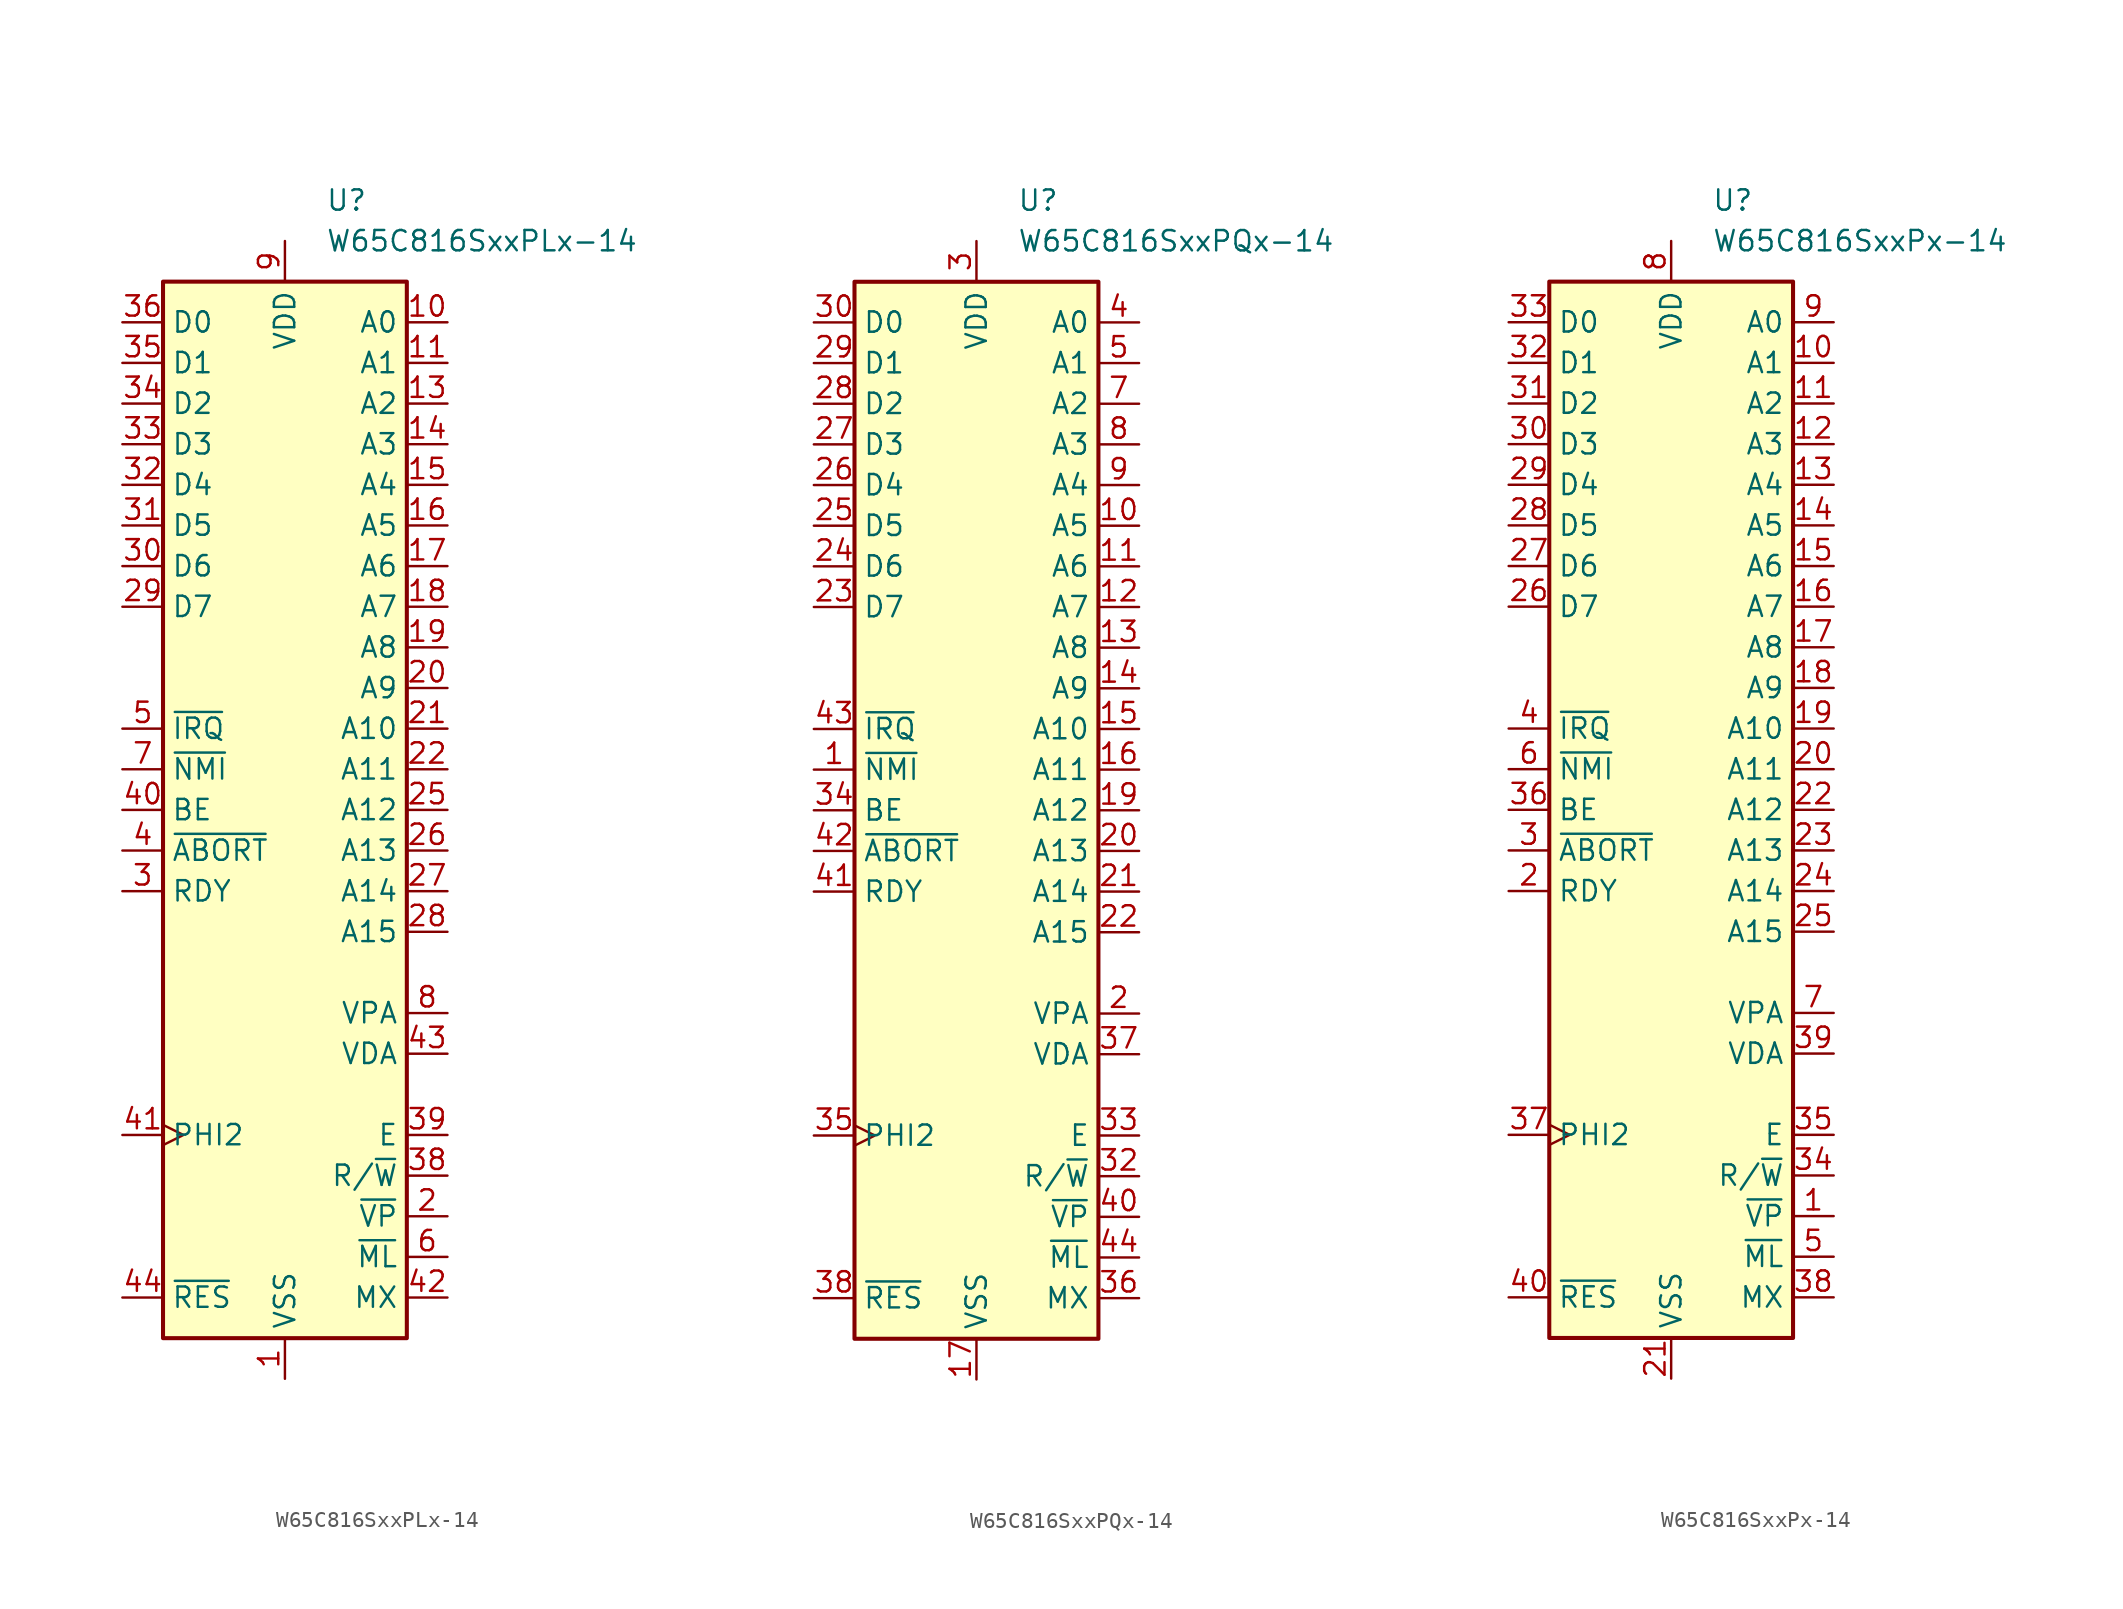
<source format=kicad_sym>
(kicad_symbol_lib
  (version 20211014)
  (generator kicad_symbol_editor)
  (symbol "W65C816SxxPLx-14"
    (property "Reference" "U"
      (at 2.54 38.1 0)
      (effects (font (size 1.27 1.27)) (justify left)))
    (property "Value" "W65C816SxxPLx-14"
      (at 2.54 35.56 0)
      (effects (font (size 1.27 1.27)) (justify left)))
    (symbol "W65C816SxxPLx-14_0_1"
      (rectangle (start -7.62 33.02) (end 7.62 -33.02) (stroke (width 0.254) (type default) (color 0 0 0 0)) (fill (type background))))
    (symbol "W65C816SxxPLx-14_1_1"
      (pin power_in line (at 0 -35.56 90) (length 2.54) (name "VSS" (effects (font (size 1.27 1.27)))) (number "1" (effects (font (size 1.27 1.27)))))
      (pin output line (at 10.16 30.48 180) (length 2.54) (name "A0" (effects (font (size 1.27 1.27)))) (number "10" (effects (font (size 1.27 1.27)))))
      (pin output line (at 10.16 27.94 180) (length 2.54) (name "A1" (effects (font (size 1.27 1.27)))) (number "11" (effects (font (size 1.27 1.27)))))
      (pin no_connect non_logic (at -10.16 10.16 0) (length 2.54) hide (name "NC" (effects (font (size 1.27 1.27)))) (number "12" (effects (font (size 1.27 1.27)))))
      (pin output line (at 10.16 25.4 180) (length 2.54) (name "A2" (effects (font (size 1.27 1.27)))) (number "13" (effects (font (size 1.27 1.27)))))
      (pin output line (at 10.16 22.86 180) (length 2.54) (name "A3" (effects (font (size 1.27 1.27)))) (number "14" (effects (font (size 1.27 1.27)))))
      (pin output line (at 10.16 20.32 180) (length 2.54) (name "A4" (effects (font (size 1.27 1.27)))) (number "15" (effects (font (size 1.27 1.27)))))
      (pin output line (at 10.16 17.78 180) (length 2.54) (name "A5" (effects (font (size 1.27 1.27)))) (number "16" (effects (font (size 1.27 1.27)))))
      (pin output line (at 10.16 15.24 180) (length 2.54) (name "A6" (effects (font (size 1.27 1.27)))) (number "17" (effects (font (size 1.27 1.27)))))
      (pin output line (at 10.16 12.7 180) (length 2.54) (name "A7" (effects (font (size 1.27 1.27)))) (number "18" (effects (font (size 1.27 1.27)))))
      (pin output line (at 10.16 10.16 180) (length 2.54) (name "A8" (effects (font (size 1.27 1.27)))) (number "19" (effects (font (size 1.27 1.27)))))
      (pin output line (at 10.16 -25.4 180) (length 2.54) (name "~{VP}" (effects (font (size 1.27 1.27)))) (number "2" (effects (font (size 1.27 1.27)))))
      (pin output line (at 10.16 7.62 180) (length 2.54) (name "A9" (effects (font (size 1.27 1.27)))) (number "20" (effects (font (size 1.27 1.27)))))
      (pin output line (at 10.16 5.08 180) (length 2.54) (name "A10" (effects (font (size 1.27 1.27)))) (number "21" (effects (font (size 1.27 1.27)))))
      (pin output line (at 10.16 2.54 180) (length 2.54) (name "A11" (effects (font (size 1.27 1.27)))) (number "22" (effects (font (size 1.27 1.27)))))
      (pin passive line (at 0 -35.56 90) (length 2.54) hide (name "VSS" (effects (font (size 1.27 1.27)))) (number "23" (effects (font (size 1.27 1.27)))))
      (pin passive line (at 0 -35.56 90) (length 2.54) hide (name "VSS" (effects (font (size 1.27 1.27)))) (number "24" (effects (font (size 1.27 1.27)))))
      (pin output line (at 10.16 0 180) (length 2.54) (name "A12" (effects (font (size 1.27 1.27)))) (number "25" (effects (font (size 1.27 1.27)))))
      (pin output line (at 10.16 -2.54 180) (length 2.54) (name "A13" (effects (font (size 1.27 1.27)))) (number "26" (effects (font (size 1.27 1.27)))))
      (pin output line (at 10.16 -5.08 180) (length 2.54) (name "A14" (effects (font (size 1.27 1.27)))) (number "27" (effects (font (size 1.27 1.27)))))
      (pin output line (at 10.16 -7.62 180) (length 2.54) (name "A15" (effects (font (size 1.27 1.27)))) (number "28" (effects (font (size 1.27 1.27)))))
      (pin bidirectional line (at -10.16 12.7 0) (length 2.54) (name "D7" (effects (font (size 1.27 1.27)))) (number "29" (effects (font (size 1.27 1.27)))))
      (pin bidirectional line (at -10.16 -5.08 0) (length 2.54) (name "RDY" (effects (font (size 1.27 1.27)))) (number "3" (effects (font (size 1.27 1.27)))))
      (pin bidirectional line (at -10.16 15.24 0) (length 2.54) (name "D6" (effects (font (size 1.27 1.27)))) (number "30" (effects (font (size 1.27 1.27)))))
      (pin bidirectional line (at -10.16 17.78 0) (length 2.54) (name "D5" (effects (font (size 1.27 1.27)))) (number "31" (effects (font (size 1.27 1.27)))))
      (pin bidirectional line (at -10.16 20.32 0) (length 2.54) (name "D4" (effects (font (size 1.27 1.27)))) (number "32" (effects (font (size 1.27 1.27)))))
      (pin bidirectional line (at -10.16 22.86 0) (length 2.54) (name "D3" (effects (font (size 1.27 1.27)))) (number "33" (effects (font (size 1.27 1.27)))))
      (pin bidirectional line (at -10.16 25.4 0) (length 2.54) (name "D2" (effects (font (size 1.27 1.27)))) (number "34" (effects (font (size 1.27 1.27)))))
      (pin bidirectional line (at -10.16 27.94 0) (length 2.54) (name "D1" (effects (font (size 1.27 1.27)))) (number "35" (effects (font (size 1.27 1.27)))))
      (pin bidirectional line (at -10.16 30.48 0) (length 2.54) (name "D0" (effects (font (size 1.27 1.27)))) (number "36" (effects (font (size 1.27 1.27)))))
      (pin passive line (at 0 35.56 270) (length 2.54) hide (name "VDD" (effects (font (size 1.27 1.27)))) (number "37" (effects (font (size 1.27 1.27)))))
      (pin output line (at 10.16 -22.86 180) (length 2.54) (name "R/~{W}" (effects (font (size 1.27 1.27)))) (number "38" (effects (font (size 1.27 1.27)))))
      (pin output line (at 10.16 -20.32 180) (length 2.54) (name "E" (effects (font (size 1.27 1.27)))) (number "39" (effects (font (size 1.27 1.27)))))
      (pin input line (at -10.16 -2.54 0) (length 2.54) (name "~{ABORT}" (effects (font (size 1.27 1.27)))) (number "4" (effects (font (size 1.27 1.27)))))
      (pin input line (at -10.16 0 0) (length 2.54) (name "BE" (effects (font (size 1.27 1.27)))) (number "40" (effects (font (size 1.27 1.27)))))
      (pin input clock (at -10.16 -20.32 0) (length 2.54) (name "PHI2" (effects (font (size 1.27 1.27)))) (number "41" (effects (font (size 1.27 1.27)))))
      (pin output line (at 10.16 -30.48 180) (length 2.54) (name "MX" (effects (font (size 1.27 1.27)))) (number "42" (effects (font (size 1.27 1.27)))))
      (pin output line (at 10.16 -15.24 180) (length 2.54) (name "VDA" (effects (font (size 1.27 1.27)))) (number "43" (effects (font (size 1.27 1.27)))))
      (pin input line (at -10.16 -30.48 0) (length 2.54) (name "~{RES}" (effects (font (size 1.27 1.27)))) (number "44" (effects (font (size 1.27 1.27)))))
      (pin input line (at -10.16 5.08 0) (length 2.54) (name "~{IRQ}" (effects (font (size 1.27 1.27)))) (number "5" (effects (font (size 1.27 1.27)))))
      (pin output line (at 10.16 -27.94 180) (length 2.54) (name "~{ML}" (effects (font (size 1.27 1.27)))) (number "6" (effects (font (size 1.27 1.27)))))
      (pin input line (at -10.16 2.54 0) (length 2.54) (name "~{NMI}" (effects (font (size 1.27 1.27)))) (number "7" (effects (font (size 1.27 1.27)))))
      (pin output line (at 10.16 -12.7 180) (length 2.54) (name "VPA" (effects (font (size 1.27 1.27)))) (number "8" (effects (font (size 1.27 1.27)))))
      (pin power_in line (at 0 35.56 270) (length 2.54) (name "VDD" (effects (font (size 1.27 1.27)))) (number "9" (effects (font (size 1.27 1.27)))))))
  (symbol "W65C816SxxPQx-14"
    (property "Reference" "U"
      (at 2.54 38.1 0)
      (effects (font (size 1.27 1.27)) (justify left)))
    (property "Value" "W65C816SxxPQx-14"
      (at 2.54 35.56 0)
      (effects (font (size 1.27 1.27)) (justify left)))
    (symbol "W65C816SxxPQx-14_0_1"
      (rectangle (start -7.62 33.02) (end 7.62 -33.02) (stroke (width 0.254) (type default) (color 0 0 0 0)) (fill (type background))))
    (symbol "W65C816SxxPQx-14_1_1"
      (pin input line (at -10.16 2.54 0) (length 2.54) (name "~{NMI}" (effects (font (size 1.27 1.27)))) (number "1" (effects (font (size 1.27 1.27)))))
      (pin output line (at 10.16 17.78 180) (length 2.54) (name "A5" (effects (font (size 1.27 1.27)))) (number "10" (effects (font (size 1.27 1.27)))))
      (pin output line (at 10.16 15.24 180) (length 2.54) (name "A6" (effects (font (size 1.27 1.27)))) (number "11" (effects (font (size 1.27 1.27)))))
      (pin output line (at 10.16 12.7 180) (length 2.54) (name "A7" (effects (font (size 1.27 1.27)))) (number "12" (effects (font (size 1.27 1.27)))))
      (pin output line (at 10.16 10.16 180) (length 2.54) (name "A8" (effects (font (size 1.27 1.27)))) (number "13" (effects (font (size 1.27 1.27)))))
      (pin output line (at 10.16 7.62 180) (length 2.54) (name "A9" (effects (font (size 1.27 1.27)))) (number "14" (effects (font (size 1.27 1.27)))))
      (pin output line (at 10.16 5.08 180) (length 2.54) (name "A10" (effects (font (size 1.27 1.27)))) (number "15" (effects (font (size 1.27 1.27)))))
      (pin output line (at 10.16 2.54 180) (length 2.54) (name "A11" (effects (font (size 1.27 1.27)))) (number "16" (effects (font (size 1.27 1.27)))))
      (pin power_in line (at 0 -35.56 90) (length 2.54) (name "VSS" (effects (font (size 1.27 1.27)))) (number "17" (effects (font (size 1.27 1.27)))))
      (pin passive line (at 0 -35.56 90) (length 2.54) hide (name "VSS" (effects (font (size 1.27 1.27)))) (number "18" (effects (font (size 1.27 1.27)))))
      (pin output line (at 10.16 0 180) (length 2.54) (name "A12" (effects (font (size 1.27 1.27)))) (number "19" (effects (font (size 1.27 1.27)))))
      (pin output line (at 10.16 -12.7 180) (length 2.54) (name "VPA" (effects (font (size 1.27 1.27)))) (number "2" (effects (font (size 1.27 1.27)))))
      (pin output line (at 10.16 -2.54 180) (length 2.54) (name "A13" (effects (font (size 1.27 1.27)))) (number "20" (effects (font (size 1.27 1.27)))))
      (pin output line (at 10.16 -5.08 180) (length 2.54) (name "A14" (effects (font (size 1.27 1.27)))) (number "21" (effects (font (size 1.27 1.27)))))
      (pin output line (at 10.16 -7.62 180) (length 2.54) (name "A15" (effects (font (size 1.27 1.27)))) (number "22" (effects (font (size 1.27 1.27)))))
      (pin bidirectional line (at -10.16 12.7 0) (length 2.54) (name "D7" (effects (font (size 1.27 1.27)))) (number "23" (effects (font (size 1.27 1.27)))))
      (pin bidirectional line (at -10.16 15.24 0) (length 2.54) (name "D6" (effects (font (size 1.27 1.27)))) (number "24" (effects (font (size 1.27 1.27)))))
      (pin bidirectional line (at -10.16 17.78 0) (length 2.54) (name "D5" (effects (font (size 1.27 1.27)))) (number "25" (effects (font (size 1.27 1.27)))))
      (pin bidirectional line (at -10.16 20.32 0) (length 2.54) (name "D4" (effects (font (size 1.27 1.27)))) (number "26" (effects (font (size 1.27 1.27)))))
      (pin bidirectional line (at -10.16 22.86 0) (length 2.54) (name "D3" (effects (font (size 1.27 1.27)))) (number "27" (effects (font (size 1.27 1.27)))))
      (pin bidirectional line (at -10.16 25.4 0) (length 2.54) (name "D2" (effects (font (size 1.27 1.27)))) (number "28" (effects (font (size 1.27 1.27)))))
      (pin bidirectional line (at -10.16 27.94 0) (length 2.54) (name "D1" (effects (font (size 1.27 1.27)))) (number "29" (effects (font (size 1.27 1.27)))))
      (pin power_in line (at 0 35.56 270) (length 2.54) (name "VDD" (effects (font (size 1.27 1.27)))) (number "3" (effects (font (size 1.27 1.27)))))
      (pin bidirectional line (at -10.16 30.48 0) (length 2.54) (name "D0" (effects (font (size 1.27 1.27)))) (number "30" (effects (font (size 1.27 1.27)))))
      (pin passive line (at 0 35.56 270) (length 2.54) hide (name "VDD" (effects (font (size 1.27 1.27)))) (number "31" (effects (font (size 1.27 1.27)))))
      (pin output line (at 10.16 -22.86 180) (length 2.54) (name "R/~{W}" (effects (font (size 1.27 1.27)))) (number "32" (effects (font (size 1.27 1.27)))))
      (pin output line (at 10.16 -20.32 180) (length 2.54) (name "E" (effects (font (size 1.27 1.27)))) (number "33" (effects (font (size 1.27 1.27)))))
      (pin input line (at -10.16 0 0) (length 2.54) (name "BE" (effects (font (size 1.27 1.27)))) (number "34" (effects (font (size 1.27 1.27)))))
      (pin input clock (at -10.16 -20.32 0) (length 2.54) (name "PHI2" (effects (font (size 1.27 1.27)))) (number "35" (effects (font (size 1.27 1.27)))))
      (pin output line (at 10.16 -30.48 180) (length 2.54) (name "MX" (effects (font (size 1.27 1.27)))) (number "36" (effects (font (size 1.27 1.27)))))
      (pin output line (at 10.16 -15.24 180) (length 2.54) (name "VDA" (effects (font (size 1.27 1.27)))) (number "37" (effects (font (size 1.27 1.27)))))
      (pin input line (at -10.16 -30.48 0) (length 2.54) (name "~{RES}" (effects (font (size 1.27 1.27)))) (number "38" (effects (font (size 1.27 1.27)))))
      (pin passive line (at 0 -35.56 90) (length 2.54) hide (name "VSS" (effects (font (size 1.27 1.27)))) (number "39" (effects (font (size 1.27 1.27)))))
      (pin output line (at 10.16 30.48 180) (length 2.54) (name "A0" (effects (font (size 1.27 1.27)))) (number "4" (effects (font (size 1.27 1.27)))))
      (pin output line (at 10.16 -25.4 180) (length 2.54) (name "~{VP}" (effects (font (size 1.27 1.27)))) (number "40" (effects (font (size 1.27 1.27)))))
      (pin bidirectional line (at -10.16 -5.08 0) (length 2.54) (name "RDY" (effects (font (size 1.27 1.27)))) (number "41" (effects (font (size 1.27 1.27)))))
      (pin input line (at -10.16 -2.54 0) (length 2.54) (name "~{ABORT}" (effects (font (size 1.27 1.27)))) (number "42" (effects (font (size 1.27 1.27)))))
      (pin input line (at -10.16 5.08 0) (length 2.54) (name "~{IRQ}" (effects (font (size 1.27 1.27)))) (number "43" (effects (font (size 1.27 1.27)))))
      (pin output line (at 10.16 -27.94 180) (length 2.54) (name "~{ML}" (effects (font (size 1.27 1.27)))) (number "44" (effects (font (size 1.27 1.27)))))
      (pin output line (at 10.16 27.94 180) (length 2.54) (name "A1" (effects (font (size 1.27 1.27)))) (number "5" (effects (font (size 1.27 1.27)))))
      (pin no_connect non_logic (at -10.16 10.16 0) (length 2.54) hide (name "NC" (effects (font (size 1.27 1.27)))) (number "6" (effects (font (size 1.27 1.27)))))
      (pin output line (at 10.16 25.4 180) (length 2.54) (name "A2" (effects (font (size 1.27 1.27)))) (number "7" (effects (font (size 1.27 1.27)))))
      (pin output line (at 10.16 22.86 180) (length 2.54) (name "A3" (effects (font (size 1.27 1.27)))) (number "8" (effects (font (size 1.27 1.27)))))
      (pin output line (at 10.16 20.32 180) (length 2.54) (name "A4" (effects (font (size 1.27 1.27)))) (number "9" (effects (font (size 1.27 1.27)))))))
  (symbol "W65C816SxxPx-14"
    (property "Reference" "U"
      (at 2.54 38.1 0)
      (effects (font (size 1.27 1.27)) (justify left)))
    (property "Value" "W65C816SxxPx-14"
      (at 2.54 35.56 0)
      (effects (font (size 1.27 1.27)) (justify left)))
    (symbol "W65C816SxxPx-14_1_1"
      (rectangle (start -7.62 33.02) (end 7.62 -33.02) (stroke (width 0.254) (type default) (color 0 0 0 0)) (fill (type background)))
      (pin output line (at 10.16 -25.4 180) (length 2.54) (name "~{VP}" (effects (font (size 1.27 1.27)))) (number "1" (effects (font (size 1.27 1.27)))))
      (pin output line (at 10.16 27.94 180) (length 2.54) (name "A1" (effects (font (size 1.27 1.27)))) (number "10" (effects (font (size 1.27 1.27)))))
      (pin output line (at 10.16 25.4 180) (length 2.54) (name "A2" (effects (font (size 1.27 1.27)))) (number "11" (effects (font (size 1.27 1.27)))))
      (pin output line (at 10.16 22.86 180) (length 2.54) (name "A3" (effects (font (size 1.27 1.27)))) (number "12" (effects (font (size 1.27 1.27)))))
      (pin output line (at 10.16 20.32 180) (length 2.54) (name "A4" (effects (font (size 1.27 1.27)))) (number "13" (effects (font (size 1.27 1.27)))))
      (pin output line (at 10.16 17.78 180) (length 2.54) (name "A5" (effects (font (size 1.27 1.27)))) (number "14" (effects (font (size 1.27 1.27)))))
      (pin output line (at 10.16 15.24 180) (length 2.54) (name "A6" (effects (font (size 1.27 1.27)))) (number "15" (effects (font (size 1.27 1.27)))))
      (pin output line (at 10.16 12.7 180) (length 2.54) (name "A7" (effects (font (size 1.27 1.27)))) (number "16" (effects (font (size 1.27 1.27)))))
      (pin output line (at 10.16 10.16 180) (length 2.54) (name "A8" (effects (font (size 1.27 1.27)))) (number "17" (effects (font (size 1.27 1.27)))))
      (pin output line (at 10.16 7.62 180) (length 2.54) (name "A9" (effects (font (size 1.27 1.27)))) (number "18" (effects (font (size 1.27 1.27)))))
      (pin output line (at 10.16 5.08 180) (length 2.54) (name "A10" (effects (font (size 1.27 1.27)))) (number "19" (effects (font (size 1.27 1.27)))))
      (pin bidirectional line (at -10.16 -5.08 0) (length 2.54) (name "RDY" (effects (font (size 1.27 1.27)))) (number "2" (effects (font (size 1.27 1.27)))))
      (pin output line (at 10.16 2.54 180) (length 2.54) (name "A11" (effects (font (size 1.27 1.27)))) (number "20" (effects (font (size 1.27 1.27)))))
      (pin power_in line (at 0 -35.56 90) (length 2.54) (name "VSS" (effects (font (size 1.27 1.27)))) (number "21" (effects (font (size 1.27 1.27)))))
      (pin output line (at 10.16 0 180) (length 2.54) (name "A12" (effects (font (size 1.27 1.27)))) (number "22" (effects (font (size 1.27 1.27)))))
      (pin output line (at 10.16 -2.54 180) (length 2.54) (name "A13" (effects (font (size 1.27 1.27)))) (number "23" (effects (font (size 1.27 1.27)))))
      (pin output line (at 10.16 -5.08 180) (length 2.54) (name "A14" (effects (font (size 1.27 1.27)))) (number "24" (effects (font (size 1.27 1.27)))))
      (pin output line (at 10.16 -7.62 180) (length 2.54) (name "A15" (effects (font (size 1.27 1.27)))) (number "25" (effects (font (size 1.27 1.27)))))
      (pin bidirectional line (at -10.16 12.7 0) (length 2.54) (name "D7" (effects (font (size 1.27 1.27)))) (number "26" (effects (font (size 1.27 1.27)))))
      (pin bidirectional line (at -10.16 15.24 0) (length 2.54) (name "D6" (effects (font (size 1.27 1.27)))) (number "27" (effects (font (size 1.27 1.27)))))
      (pin bidirectional line (at -10.16 17.78 0) (length 2.54) (name "D5" (effects (font (size 1.27 1.27)))) (number "28" (effects (font (size 1.27 1.27)))))
      (pin bidirectional line (at -10.16 20.32 0) (length 2.54) (name "D4" (effects (font (size 1.27 1.27)))) (number "29" (effects (font (size 1.27 1.27)))))
      (pin input line (at -10.16 -2.54 0) (length 2.54) (name "~{ABORT}" (effects (font (size 1.27 1.27)))) (number "3" (effects (font (size 1.27 1.27)))))
      (pin bidirectional line (at -10.16 22.86 0) (length 2.54) (name "D3" (effects (font (size 1.27 1.27)))) (number "30" (effects (font (size 1.27 1.27)))))
      (pin bidirectional line (at -10.16 25.4 0) (length 2.54) (name "D2" (effects (font (size 1.27 1.27)))) (number "31" (effects (font (size 1.27 1.27)))))
      (pin bidirectional line (at -10.16 27.94 0) (length 2.54) (name "D1" (effects (font (size 1.27 1.27)))) (number "32" (effects (font (size 1.27 1.27)))))
      (pin bidirectional line (at -10.16 30.48 0) (length 2.54) (name "D0" (effects (font (size 1.27 1.27)))) (number "33" (effects (font (size 1.27 1.27)))))
      (pin output line (at 10.16 -22.86 180) (length 2.54) (name "R/~{W}" (effects (font (size 1.27 1.27)))) (number "34" (effects (font (size 1.27 1.27)))))
      (pin output line (at 10.16 -20.32 180) (length 2.54) (name "E" (effects (font (size 1.27 1.27)))) (number "35" (effects (font (size 1.27 1.27)))))
      (pin input line (at -10.16 0 0) (length 2.54) (name "BE" (effects (font (size 1.27 1.27)))) (number "36" (effects (font (size 1.27 1.27)))))
      (pin input clock (at -10.16 -20.32 0) (length 2.54) (name "PHI2" (effects (font (size 1.27 1.27)))) (number "37" (effects (font (size 1.27 1.27)))))
      (pin output line (at 10.16 -30.48 180) (length 2.54) (name "MX" (effects (font (size 1.27 1.27)))) (number "38" (effects (font (size 1.27 1.27)))))
      (pin output line (at 10.16 -15.24 180) (length 2.54) (name "VDA" (effects (font (size 1.27 1.27)))) (number "39" (effects (font (size 1.27 1.27)))))
      (pin input line (at -10.16 5.08 0) (length 2.54) (name "~{IRQ}" (effects (font (size 1.27 1.27)))) (number "4" (effects (font (size 1.27 1.27)))))
      (pin input line (at -10.16 -30.48 0) (length 2.54) (name "~{RES}" (effects (font (size 1.27 1.27)))) (number "40" (effects (font (size 1.27 1.27)))))
      (pin output line (at 10.16 -27.94 180) (length 2.54) (name "~{ML}" (effects (font (size 1.27 1.27)))) (number "5" (effects (font (size 1.27 1.27)))))
      (pin input line (at -10.16 2.54 0) (length 2.54) (name "~{NMI}" (effects (font (size 1.27 1.27)))) (number "6" (effects (font (size 1.27 1.27)))))
      (pin output line (at 10.16 -12.7 180) (length 2.54) (name "VPA" (effects (font (size 1.27 1.27)))) (number "7" (effects (font (size 1.27 1.27)))))
      (pin power_in line (at 0 35.56 270) (length 2.54) (name "VDD" (effects (font (size 1.27 1.27)))) (number "8" (effects (font (size 1.27 1.27)))))
      (pin output line (at 10.16 30.48 180) (length 2.54) (name "A0" (effects (font (size 1.27 1.27)))) (number "9" (effects (font (size 1.27 1.27))))))))
</source>
